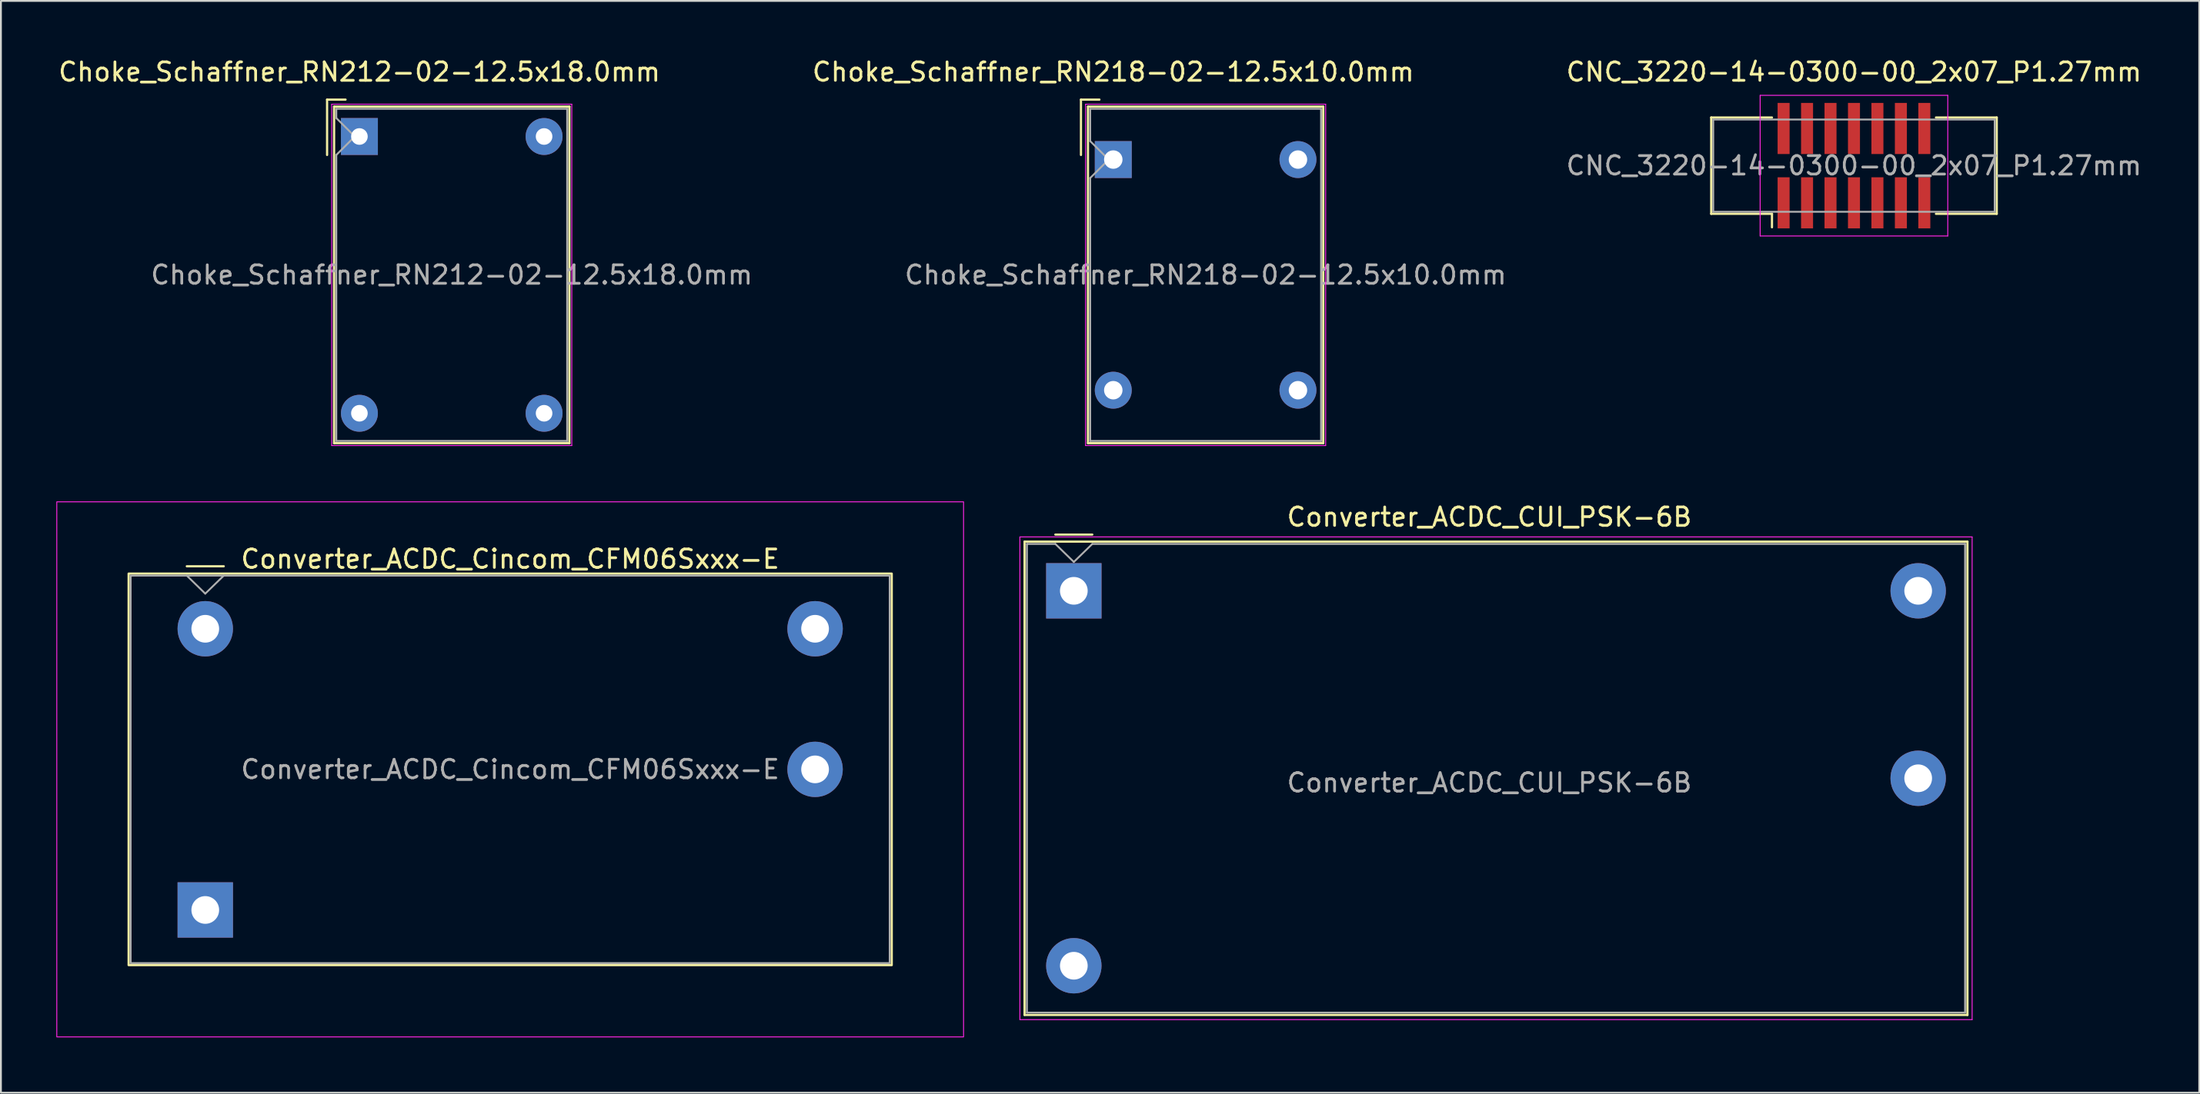
<source format=kicad_pcb>
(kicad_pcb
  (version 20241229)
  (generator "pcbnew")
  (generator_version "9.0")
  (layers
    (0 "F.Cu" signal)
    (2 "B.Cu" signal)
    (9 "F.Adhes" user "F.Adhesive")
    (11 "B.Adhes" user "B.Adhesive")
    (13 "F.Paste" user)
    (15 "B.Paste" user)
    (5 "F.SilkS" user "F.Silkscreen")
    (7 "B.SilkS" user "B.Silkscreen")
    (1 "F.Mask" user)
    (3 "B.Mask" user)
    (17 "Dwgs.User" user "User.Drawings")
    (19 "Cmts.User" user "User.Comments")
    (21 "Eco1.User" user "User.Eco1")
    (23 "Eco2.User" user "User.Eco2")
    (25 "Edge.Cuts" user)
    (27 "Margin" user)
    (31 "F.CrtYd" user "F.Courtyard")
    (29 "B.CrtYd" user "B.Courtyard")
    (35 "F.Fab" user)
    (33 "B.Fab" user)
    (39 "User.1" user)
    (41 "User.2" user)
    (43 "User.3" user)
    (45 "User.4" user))
  (footprint "Converter_ACDC_Cincom_CFM06Sxxx-E"
    (layer "F.Cu")
    (at 24.575 38.648)
    (property "Reference" "Converter_ACDC_Cincom_CFM06Sxxx-E" (at 0 -11.4 0) (layer "F.SilkS") (effects (font (size 1 1) (thickness 0.15))))
    (attr through_hole)
    (fp_line (start -15.51 -11.008) (end -17.51 -11.008) (stroke (width 0.12) (type solid)) (layer "F.SilkS"))
    (fp_rect (start -20.66 -10.61) (end 20.66 10.61) (stroke (width 0.12) (type default)) (fill no) (layer "F.SilkS"))
    (fp_rect (start -24.55 -14.5) (end 24.55 14.5) (stroke (width 0.05) (type default)) (fill no) (layer "F.CrtYd"))
    (fp_line (start -16.51 -9.525) (end -17.51 -10.5) (stroke (width 0.1) (type solid)) (layer "F.Fab"))
    (fp_line (start -15.51 -10.5) (end -16.51 -9.525) (stroke (width 0.1) (type solid)) (layer "F.Fab"))
    (fp_rect (start -20.55 -10.5) (end 20.55 10.5) (stroke (width 0.1) (type default)) (fill no) (layer "F.Fab"))
    (fp_text user "${REFERENCE}" (at 0 0 0) (layer "F.Fab") (effects (font (size 1 1) (thickness 0.15))))
    (pad "1" thru_hole rect (at -16.51 7.62) (size 3 3) (drill 1.5) (layers "*.Cu" "*.Mask"))
    (pad "2" thru_hole circle (at -16.51 -7.62) (size 3 3) (drill 1.5) (layers "*.Cu" "*.Mask"))
    (pad "3" thru_hole circle (at 16.51 -7.62) (size 3 3) (drill 1.5) (layers "*.Cu" "*.Mask"))
    (pad "4" thru_hole circle (at 16.51 0) (size 3 3) (drill 1.5) (layers "*.Cu" "*.Mask")))
  (footprint "CNC_3220-14-0300-00_2x07_P1.27mm"
    (layer "F.Cu")
    (at 97.339 5.928)
    (property "Reference" "CNC_3220-14-0300-00_2x07_P1.27mm" (at 0 -5.08 0) (layer "F.SilkS") (effects (font (size 1 1) (thickness 0.15))))
    (attr smd)
    (fp_line (start -7.73 -2.61) (end -7.73 2.61) (stroke (width 0.12) (type solid)) (layer "F.SilkS"))
    (fp_line (start -7.73 -2.61) (end -4.44 -2.61) (stroke (width 0.12) (type solid)) (layer "F.SilkS"))
    (fp_line (start -4.44 2.61) (end -7.73 2.61) (stroke (width 0.12) (type solid)) (layer "F.SilkS"))
    (fp_line (start -4.44 2.61) (end -4.44 3.34) (stroke (width 0.12) (type solid)) (layer "F.SilkS"))
    (fp_line (start 4.44 -2.61) (end 7.73 -2.61) (stroke (width 0.12) (type solid)) (layer "F.SilkS"))
    (fp_line (start 7.73 -2.61) (end 7.73 2.61) (stroke (width 0.12) (type solid)) (layer "F.SilkS"))
    (fp_line (start 7.73 2.61) (end 4.44 2.61) (stroke (width 0.12) (type solid)) (layer "F.SilkS"))
    (fp_line (start -5.08 -3.81) (end 5.08 -3.81) (stroke (width 0.05) (type solid)) (layer "F.CrtYd"))
    (fp_line (start -5.08 3.81) (end -5.08 -3.81) (stroke (width 0.05) (type solid)) (layer "F.CrtYd"))
    (fp_line (start 5.08 -3.81) (end 5.08 3.81) (stroke (width 0.05) (type solid)) (layer "F.CrtYd"))
    (fp_line (start 5.08 3.81) (end -5.08 3.81) (stroke (width 0.05) (type solid)) (layer "F.CrtYd"))
    (fp_line (start -7.62 -2.5) (end 7.62 -2.5) (stroke (width 0.1) (type solid)) (layer "F.Fab"))
    (fp_line (start -7.62 2.5) (end -7.62 -2.5) (stroke (width 0.1) (type solid)) (layer "F.Fab"))
    (fp_line (start 7.62 -2.5) (end 7.62 2.5) (stroke (width 0.1) (type solid)) (layer "F.Fab"))
    (fp_line (start 7.62 2.5) (end -7.62 2.5) (stroke (width 0.1) (type solid)) (layer "F.Fab"))
    (fp_text user "${REFERENCE}" (at 0 0 0) (layer "F.Fab") (effects (font (size 1 1) (thickness 0.15))))
    (pad "1" smd rect (at -3.81 2.015) (size 0.65 2.77) (layers "F.Cu" "F.Mask" "F.Paste"))
    (pad "2" smd rect (at -3.81 -2.015) (size 0.65 2.77) (layers "F.Cu" "F.Mask" "F.Paste"))
    (pad "3" smd rect (at -2.54 2.015) (size 0.65 2.77) (layers "F.Cu" "F.Mask" "F.Paste"))
    (pad "4" smd rect (at -2.54 -2.015) (size 0.65 2.77) (layers "F.Cu" "F.Mask" "F.Paste"))
    (pad "5" smd rect (at -1.27 2.015) (size 0.65 2.77) (layers "F.Cu" "F.Mask" "F.Paste"))
    (pad "6" smd rect (at -1.27 -2.015) (size 0.65 2.77) (layers "F.Cu" "F.Mask" "F.Paste"))
    (pad "7" smd rect (at 0 2.015) (size 0.65 2.77) (layers "F.Cu" "F.Mask" "F.Paste"))
    (pad "8" smd rect (at 0 -2.015) (size 0.65 2.77) (layers "F.Cu" "F.Mask" "F.Paste"))
    (pad "9" smd rect (at 1.27 2.015) (size 0.65 2.77) (layers "F.Cu" "F.Mask" "F.Paste"))
    (pad "10" smd rect (at 1.27 -2.015) (size 0.65 2.77) (layers "F.Cu" "F.Mask" "F.Paste"))
    (pad "11" smd rect (at 2.54 2.015) (size 0.65 2.77) (layers "F.Cu" "F.Mask" "F.Paste"))
    (pad "12" smd rect (at 2.54 -2.015) (size 0.65 2.77) (layers "F.Cu" "F.Mask" "F.Paste"))
    (pad "13" smd rect (at 3.81 2.015) (size 0.65 2.77) (layers "F.Cu" "F.Mask" "F.Paste"))
    (pad "14" smd rect (at 3.81 -2.015) (size 0.65 2.77) (layers "F.Cu" "F.Mask" "F.Paste")))
  (footprint "Converter_ACDC_CUI_PSK-6B"
    (layer "F.Cu")
    (at 55.096 28.971)
    (property "Reference" "Converter_ACDC_CUI_PSK-6B" (at 22.5 -4 0) (layer "F.SilkS") (effects (font (size 1 1) (thickness 0.15))))
    (attr through_hole)
    (fp_line (start -2.667 -2.667) (end -2.667 22.987) (stroke (width 0.12) (type solid)) (layer "F.SilkS"))
    (fp_line (start -2.667 -2.667) (end 48.387 -2.667) (stroke (width 0.12) (type solid)) (layer "F.SilkS"))
    (fp_line (start -2.667 22.987) (end 48.387 22.987) (stroke (width 0.12) (type solid)) (layer "F.SilkS"))
    (fp_line (start 1 -3.048) (end -1 -3.048) (stroke (width 0.12) (type solid)) (layer "F.SilkS"))
    (fp_line (start 48.387 -2.667) (end 48.387 22.987) (stroke (width 0.12) (type solid)) (layer "F.SilkS"))
    (fp_line (start -2.921 -2.921) (end -2.921 23.241) (stroke (width 0.05) (type solid)) (layer "F.CrtYd"))
    (fp_line (start -2.921 -2.921) (end 48.641 -2.921) (stroke (width 0.05) (type solid)) (layer "F.CrtYd"))
    (fp_line (start -2.921 23.241) (end 48.641 23.241) (stroke (width 0.05) (type solid)) (layer "F.CrtYd"))
    (fp_line (start 48.641 -2.921) (end 48.641 23.241) (stroke (width 0.05) (type solid)) (layer "F.CrtYd"))
    (fp_line (start -2.54 -2.54) (end -2.54 22.86) (stroke (width 0.1) (type solid)) (layer "F.Fab"))
    (fp_line (start -2.54 22.86) (end 48.26 22.86) (stroke (width 0.1) (type solid)) (layer "F.Fab"))
    (fp_line (start -1 -2.54) (end -2.54 -2.54) (stroke (width 0.1) (type solid)) (layer "F.Fab"))
    (fp_line (start 0 -1.565) (end -1 -2.54) (stroke (width 0.1) (type solid)) (layer "F.Fab"))
    (fp_line (start 1 -2.54) (end 0 -1.565) (stroke (width 0.1) (type solid)) (layer "F.Fab"))
    (fp_line (start 48.26 -2.54) (end 1 -2.54) (stroke (width 0.1) (type solid)) (layer "F.Fab"))
    (fp_line (start 48.26 -2.54) (end 48.26 22.86) (stroke (width 0.1) (type solid)) (layer "F.Fab"))
    (fp_text user "${REFERENCE}" (at 22.5 10.4 0) (layer "F.Fab") (effects (font (size 1 1) (thickness 0.15))))
    (pad "1" thru_hole rect (at 0 0) (size 3 3) (drill 1.5) (layers "*.Cu" "*.Mask"))
    (pad "2" thru_hole circle (at 0 20.32) (size 3 3) (drill 1.5) (layers "*.Cu" "*.Mask"))
    (pad "3" thru_hole circle (at 45.72 0) (size 3 3) (drill 1.5) (layers "*.Cu" "*.Mask"))
    (pad "4" thru_hole circle (at 45.72 10.16) (size 3 3) (drill 1.5) (layers "*.Cu" "*.Mask")))
  (footprint "Choke_Schaffner_RN212-02-12.5x18.0mm"
    (layer "F.Cu")
    (at 16.411 4.348)
    (property "Reference" "Choke_Schaffner_RN212-02-12.5x18.0mm" (at 0 -3.5 0) (layer "F.SilkS") (effects (font (size 1 1) (thickness 0.15))))
    (attr through_hole)
    (fp_line (start -1.75 -2) (end -1.75 1) (stroke (width 0.12) (type solid)) (layer "F.SilkS"))
    (fp_line (start -1.75 -2) (end -0.75 -2) (stroke (width 0.12) (type solid)) (layer "F.SilkS"))
    (fp_line (start -1.37 -1.62) (end 11.37 -1.62) (stroke (width 0.12) (type solid)) (layer "F.SilkS"))
    (fp_line (start -1.37 16.62) (end -1.37 -1.62) (stroke (width 0.12) (type solid)) (layer "F.SilkS"))
    (fp_line (start 11.37 -1.62) (end 11.37 16.62) (stroke (width 0.12) (type solid)) (layer "F.SilkS"))
    (fp_line (start 11.37 16.62) (end -1.37 16.62) (stroke (width 0.12) (type solid)) (layer "F.SilkS"))
    (fp_line (start -1.5 -1.75) (end -1.5 16.75) (stroke (width 0.05) (type solid)) (layer "F.CrtYd"))
    (fp_line (start -1.5 16.75) (end 11.5 16.75) (stroke (width 0.05) (type solid)) (layer "F.CrtYd"))
    (fp_line (start 11.5 -1.75) (end -1.5 -1.75) (stroke (width 0.05) (type solid)) (layer "F.CrtYd"))
    (fp_line (start 11.5 16.75) (end 11.5 -1.75) (stroke (width 0.05) (type solid)) (layer "F.CrtYd"))
    (fp_line (start -1.25 -1.5) (end 11.25 -1.5) (stroke (width 0.1) (type solid)) (layer "F.Fab"))
    (fp_line (start -1.25 -1) (end -1.25 -1.5) (stroke (width 0.1) (type solid)) (layer "F.Fab"))
    (fp_line (start -1.25 1) (end -0.25 0) (stroke (width 0.1) (type solid)) (layer "F.Fab"))
    (fp_line (start -1.25 16.5) (end -1.25 1) (stroke (width 0.1) (type solid)) (layer "F.Fab"))
    (fp_line (start -0.25 0) (end -1.25 -1) (stroke (width 0.1) (type solid)) (layer "F.Fab"))
    (fp_line (start 11.25 -1.5) (end 11.25 16.5) (stroke (width 0.1) (type solid)) (layer "F.Fab"))
    (fp_line (start 11.25 16.5) (end -1.25 16.5) (stroke (width 0.1) (type solid)) (layer "F.Fab"))
    (fp_text user "${REFERENCE}" (at 5 7.5 0) (layer "F.Fab") (effects (font (size 1 1) (thickness 0.15))))
    (pad "1" thru_hole rect (at 0 0) (size 2 2) (drill 0.9) (layers "*.Cu" "*.Mask"))
    (pad "2" thru_hole circle (at 10 0) (size 2 2) (drill 0.9) (layers "*.Cu" "*.Mask"))
    (pad "3" thru_hole circle (at 0 15) (size 2 2) (drill 0.9) (layers "*.Cu" "*.Mask"))
    (pad "4" thru_hole circle (at 10 15) (size 2 2) (drill 0.9) (layers "*.Cu" "*.Mask")))
  (footprint "Choke_Schaffner_RN218-02-12.5x10.0mm"
    (layer "F.Cu")
    (at 57.232 5.598)
    (property "Reference" "Choke_Schaffner_RN218-02-12.5x10.0mm" (at 0 -4.75 0) (layer "F.SilkS") (effects (font (size 1 1) (thickness 0.15))))
    (attr through_hole)
    (fp_line (start -1.75 -3.25) (end -1.75 -0.25) (stroke (width 0.12) (type solid)) (layer "F.SilkS"))
    (fp_line (start -1.75 -3.25) (end -0.75 -3.25) (stroke (width 0.12) (type solid)) (layer "F.SilkS"))
    (fp_line (start -1.37 -2.87) (end 11.37 -2.87) (stroke (width 0.12) (type solid)) (layer "F.SilkS"))
    (fp_line (start -1.37 15.37) (end -1.37 -2.87) (stroke (width 0.12) (type solid)) (layer "F.SilkS"))
    (fp_line (start 11.37 -2.87) (end 11.37 15.37) (stroke (width 0.12) (type solid)) (layer "F.SilkS"))
    (fp_line (start 11.37 15.37) (end -1.37 15.37) (stroke (width 0.12) (type solid)) (layer "F.SilkS"))
    (fp_line (start -1.5 -3) (end -1.5 15.5) (stroke (width 0.05) (type solid)) (layer "F.CrtYd"))
    (fp_line (start -1.5 15.5) (end 11.5 15.5) (stroke (width 0.05) (type solid)) (layer "F.CrtYd"))
    (fp_line (start 11.5 -3) (end -1.5 -3) (stroke (width 0.05) (type solid)) (layer "F.CrtYd"))
    (fp_line (start 11.5 15.5) (end 11.5 -3) (stroke (width 0.05) (type solid)) (layer "F.CrtYd"))
    (fp_line (start -1.25 -2.75) (end 11.25 -2.75) (stroke (width 0.1) (type solid)) (layer "F.Fab"))
    (fp_line (start -1.25 -1) (end -1.25 -2.75) (stroke (width 0.1) (type solid)) (layer "F.Fab"))
    (fp_line (start -1.25 1) (end -0.25 0) (stroke (width 0.1) (type solid)) (layer "F.Fab"))
    (fp_line (start -1.25 15.25) (end -1.25 1) (stroke (width 0.1) (type solid)) (layer "F.Fab"))
    (fp_line (start -0.25 0) (end -1.25 -1) (stroke (width 0.1) (type solid)) (layer "F.Fab"))
    (fp_line (start 11.25 -2.75) (end 11.25 15.25) (stroke (width 0.1) (type solid)) (layer "F.Fab"))
    (fp_line (start 11.25 15.25) (end -1.25 15.25) (stroke (width 0.1) (type solid)) (layer "F.Fab"))
    (fp_text user "${REFERENCE}" (at 5 6.25 0) (layer "F.Fab") (effects (font (size 1 1) (thickness 0.15))))
    (pad "1" thru_hole rect (at 0 0) (size 2 2) (drill 1) (layers "*.Cu" "*.Mask"))
    (pad "2" thru_hole circle (at 10 0) (size 2 2) (drill 1) (layers "*.Cu" "*.Mask"))
    (pad "3" thru_hole circle (at 0 12.5) (size 2 2) (drill 1) (layers "*.Cu" "*.Mask"))
    (pad "4" thru_hole circle (at 10 12.5) (size 2 2) (drill 1) (layers "*.Cu" "*.Mask")))
  (gr_rect
    (start -3 -3)
    (end 116.036 56.173)
    (stroke (width 0.1) (type default))
    (fill no)
    (layer "Edge.Cuts")))
</source>
